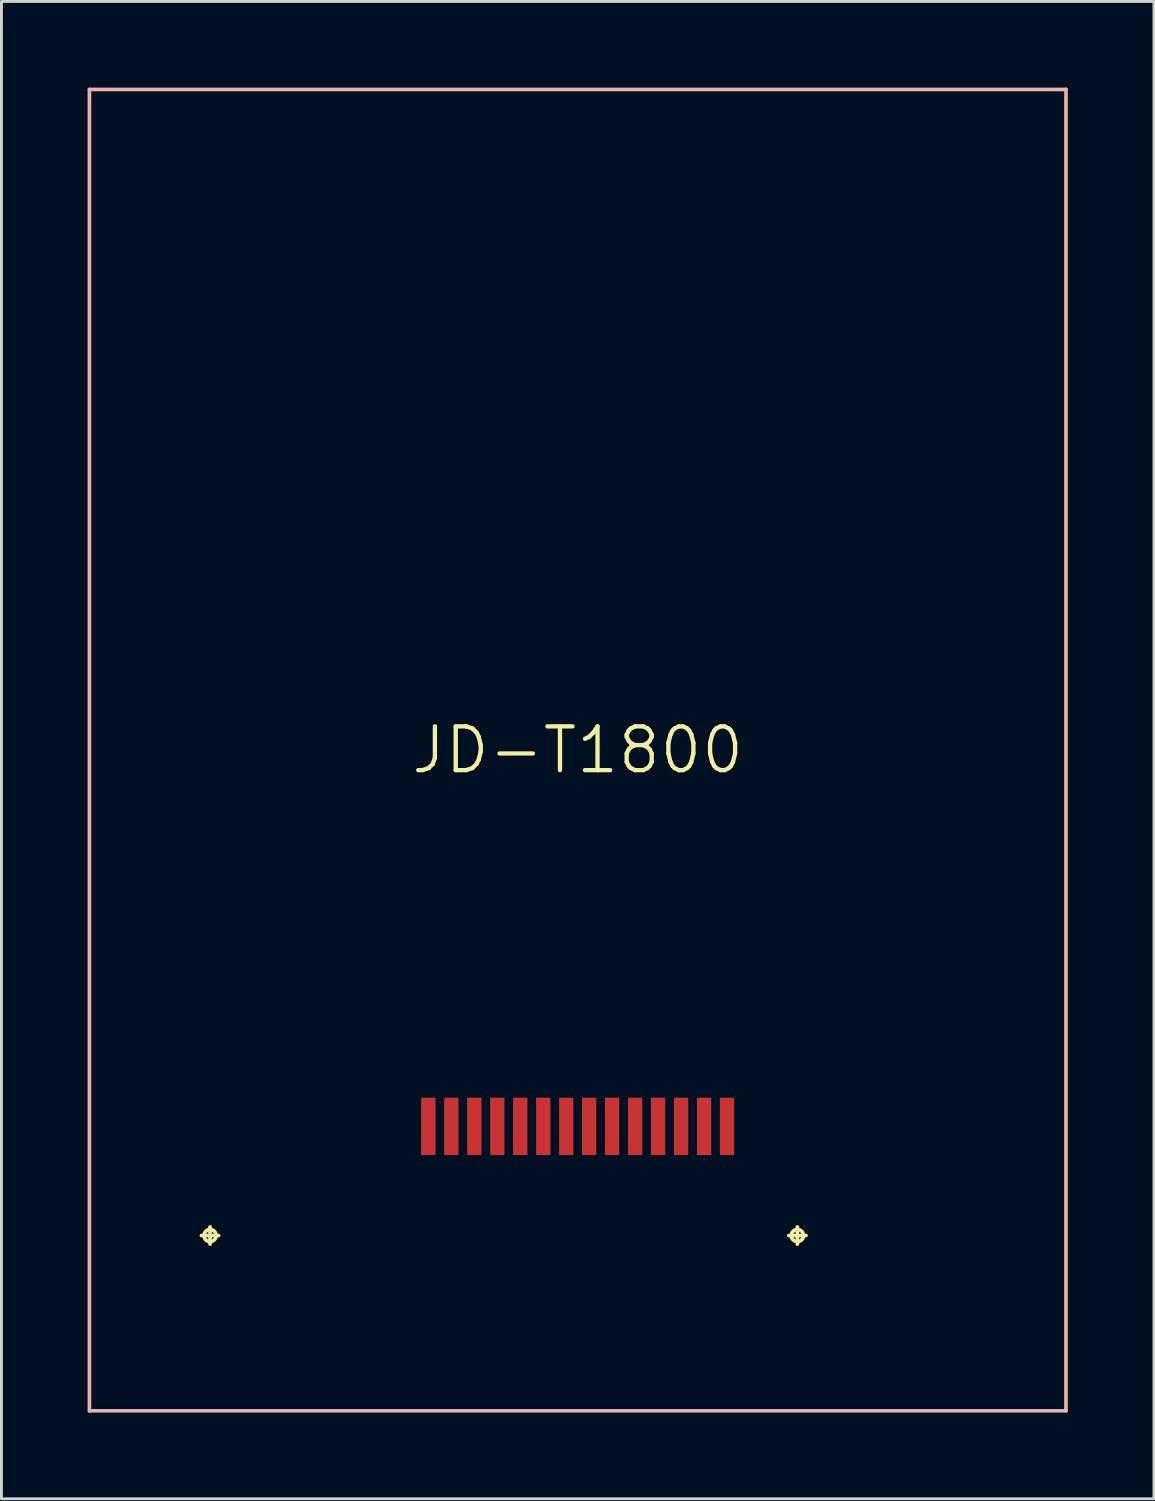
<source format=kicad_pcb>
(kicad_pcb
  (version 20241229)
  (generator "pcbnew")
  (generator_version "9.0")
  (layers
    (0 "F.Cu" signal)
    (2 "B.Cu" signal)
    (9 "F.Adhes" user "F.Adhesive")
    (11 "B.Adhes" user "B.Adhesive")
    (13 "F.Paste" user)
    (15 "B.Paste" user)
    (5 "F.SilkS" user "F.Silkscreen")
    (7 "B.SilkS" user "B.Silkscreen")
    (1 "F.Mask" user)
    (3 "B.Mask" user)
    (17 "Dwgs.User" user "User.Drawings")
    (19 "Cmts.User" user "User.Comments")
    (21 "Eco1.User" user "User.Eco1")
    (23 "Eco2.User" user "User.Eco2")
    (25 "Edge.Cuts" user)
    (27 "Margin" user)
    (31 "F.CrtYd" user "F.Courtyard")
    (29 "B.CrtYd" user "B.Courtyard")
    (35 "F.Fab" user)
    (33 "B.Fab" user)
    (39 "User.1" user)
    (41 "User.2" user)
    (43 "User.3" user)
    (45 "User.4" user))
  (footprint "JD-T1800"
    (layer "F.Cu")
    (at 17.061 23.063)
    (property "Reference" "JD-T1800" (at 0 0 0) (layer "F.SilkS") (effects (font (size 1.524 1.524) (thickness 0.15))))
    (attr smd)
    (fp_line (start -13.099 16.899) (end -12.499 16.899) (stroke (width 0.127) (type solid)) (layer "F.SilkS"))
    (fp_line (start -12.799 17.198) (end -12.799 16.599) (stroke (width 0.127) (type solid)) (layer "F.SilkS"))
    (fp_line (start 7.348 16.899) (end 7.948 16.899) (stroke (width 0.127) (type solid)) (layer "F.SilkS"))
    (fp_line (start 7.648 17.198) (end 7.648 16.599) (stroke (width 0.127) (type solid)) (layer "F.SilkS"))
    (fp_circle (center -12.799 16.899) (end -12.949 17.048) (stroke (width 0.127) (type solid)) (fill no) (layer "F.SilkS"))
    (fp_circle (center 7.648 16.899) (end 7.798 17.048) (stroke (width 0.127) (type solid)) (fill no) (layer "F.SilkS"))
    (fp_line (start -16.998 -23) (end 16.998 -23) (stroke (width 0.127) (type solid)) (layer "B.SilkS"))
    (fp_line (start -16.998 23) (end -16.998 -23) (stroke (width 0.127) (type solid)) (layer "B.SilkS"))
    (fp_line (start 16.998 -23) (end 16.998 23) (stroke (width 0.127) (type solid)) (layer "B.SilkS"))
    (fp_line (start 16.998 23) (end -16.998 23) (stroke (width 0.127) (type solid)) (layer "B.SilkS"))
    (pad "1" smd rect (at -5.199 13.099 90) (size 1.999 0.498) (layers "F.Cu" "F.Mask" "F.Paste"))
    (pad "2" smd rect (at -4.399 13.099 90) (size 1.999 0.498) (layers "F.Cu" "F.Mask" "F.Paste"))
    (pad "3" smd rect (at -3.599 13.099 90) (size 1.999 0.498) (layers "F.Cu" "F.Mask" "F.Paste"))
    (pad "4" smd rect (at -2.799 13.099 90) (size 1.999 0.498) (layers "F.Cu" "F.Mask" "F.Paste"))
    (pad "5" smd rect (at -1.999 13.099 90) (size 1.999 0.498) (layers "F.Cu" "F.Mask" "F.Paste"))
    (pad "6" smd rect (at -1.199 13.099 90) (size 1.999 0.498) (layers "F.Cu" "F.Mask" "F.Paste"))
    (pad "7" smd rect (at -0.399 13.099 90) (size 1.999 0.498) (layers "F.Cu" "F.Mask" "F.Paste"))
    (pad "8" smd rect (at 0.399 13.099 90) (size 1.999 0.498) (layers "F.Cu" "F.Mask" "F.Paste"))
    (pad "9" smd rect (at 1.199 13.099 90) (size 1.999 0.498) (layers "F.Cu" "F.Mask" "F.Paste"))
    (pad "10" smd rect (at 1.999 13.099 90) (size 1.999 0.498) (layers "F.Cu" "F.Mask" "F.Paste"))
    (pad "11" smd rect (at 2.799 13.099 90) (size 1.999 0.498) (layers "F.Cu" "F.Mask" "F.Paste"))
    (pad "12" smd rect (at 3.599 13.099 90) (size 1.999 0.498) (layers "F.Cu" "F.Mask" "F.Paste"))
    (pad "13" smd rect (at 4.399 13.099 90) (size 1.999 0.498) (layers "F.Cu" "F.Mask" "F.Paste"))
    (pad "14" smd rect (at 5.199 13.099 90) (size 1.999 0.498) (layers "F.Cu" "F.Mask" "F.Paste")))
  (gr_rect
    (start -3 -3)
    (end 37.122 49.126)
    (stroke (width 0.1) (type default))
    (fill no)
    (layer "Edge.Cuts")))
</source>
